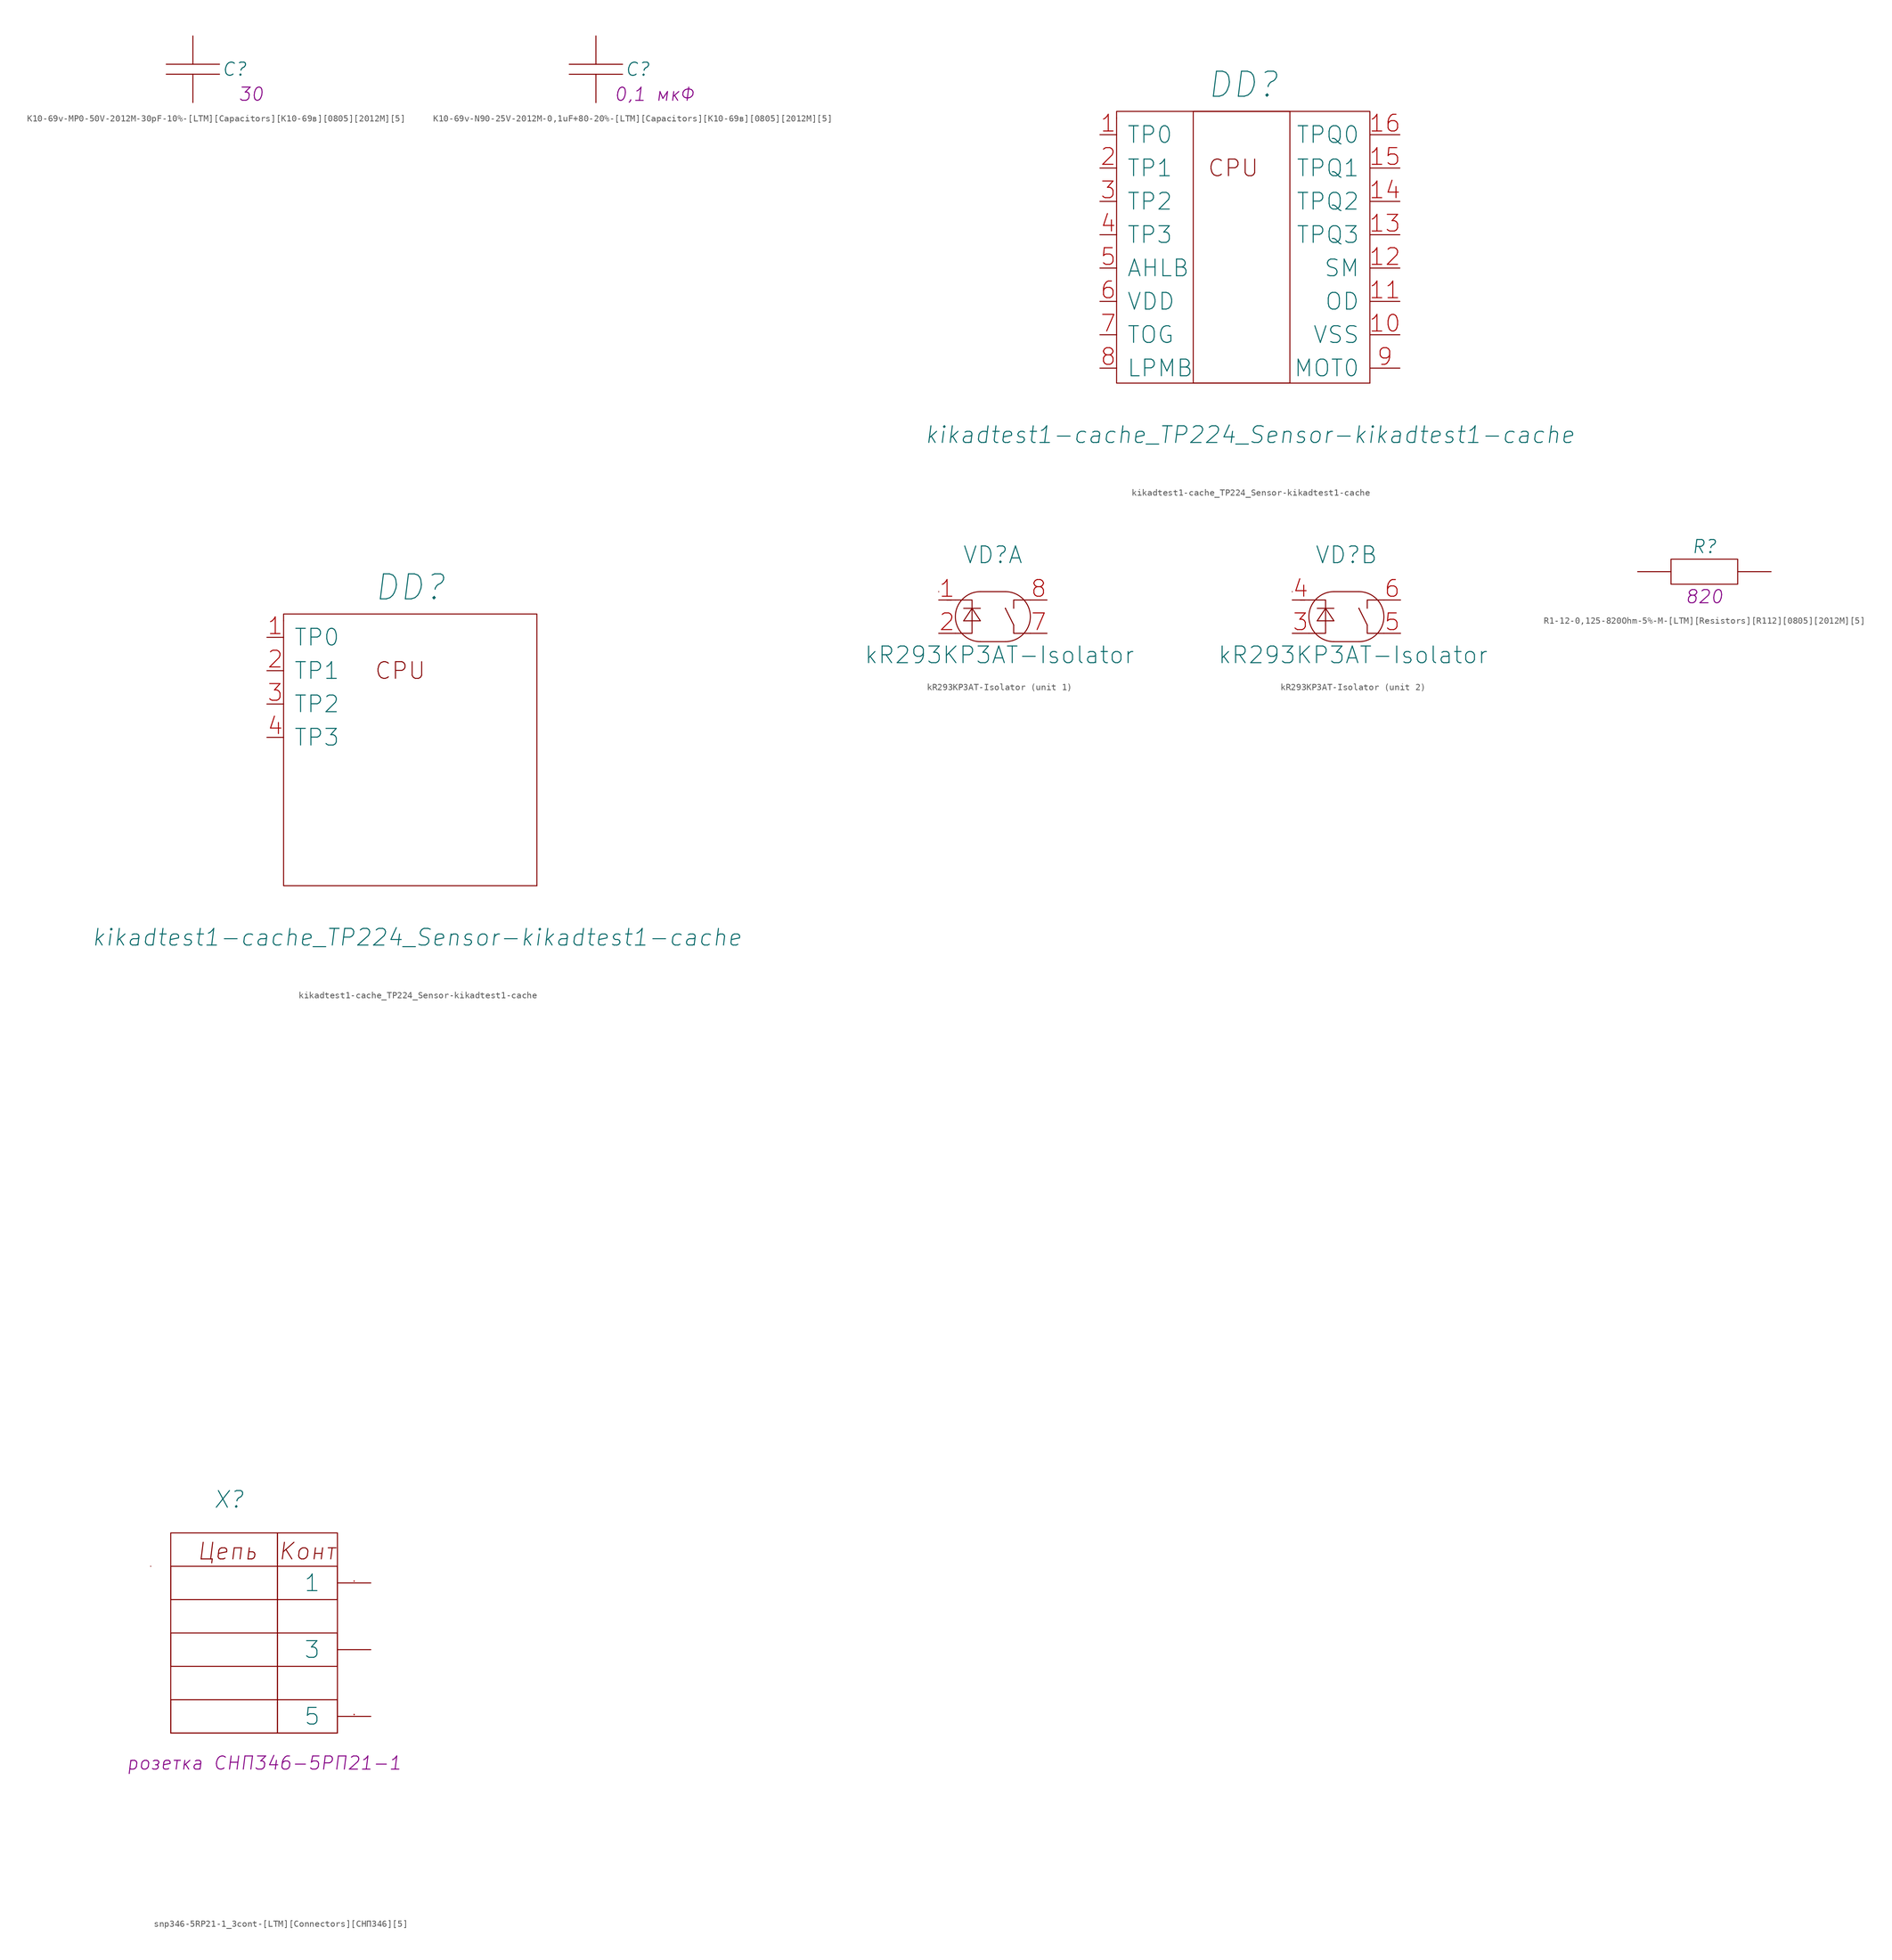
<source format=kicad_sym>
(kicad_symbol_lib
  (version 20210619)
  (generator kicad_symbol_editor)
  (symbol "K10-69v-MP0-50V-2012M-30pF-10%-[LTM][Capacitors][К10-69в][0805][2012M][5]"
    (pin_numbers hide)
    (pin_names
      (offset 0) hide)
    (property "Reference" "C"
      (at 6.35 0 0)
      (effects (font (size 2.007 2.007) italic)))
    (property "ValueName" "30"
      (at 8.89 -3.81 0)
      (effects (font (size 2.007 2.007) italic)))
    (symbol "K10-69v-MP0-50V-2012M-30pF-10%-[LTM][Capacitors][К10-69в][0805][2012M][5]_0_1"
      (polyline (pts (xy -4.064 -0.762) (xy 4.064 -0.762)) (stroke (width 0)) (fill (type none)))
      (polyline (pts (xy -4.064 0.762) (xy 4.064 0.762)) (stroke (width 0)) (fill (type none))))
    (symbol "K10-69v-MP0-50V-2012M-30pF-10%-[LTM][Capacitors][К10-69в][0805][2012M][5]_1_1"
      (pin passive line (at 0 -5.08 90) (length 4.318) (name "~" (effects (font (size 2.54 2.54)))) (number "1" (effects (font (size 2.54 2.54)))))
      (pin passive line (at 0 5.08 270) (length 4.318) (name "~" (effects (font (size 2.54 2.54)))) (number "2" (effects (font (size 2.54 2.54)))))))
  (symbol "K10-69v-N90-25V-2012M-0,1uF+80-20%-[LTM][Capacitors][К10-69в][0805][2012M][5]"
    (pin_numbers hide)
    (pin_names
      (offset 0) hide)
    (property "Reference" "C"
      (at 6.35 0 0)
      (effects (font (size 2.007 2.007) italic)))
    (property "ValueName" "0,1 мкФ"
      (at 8.89 -3.81 0)
      (effects (font (size 2.007 2.007) italic)))
    (symbol "K10-69v-N90-25V-2012M-0,1uF+80-20%-[LTM][Capacitors][К10-69в][0805][2012M][5]_0_1"
      (polyline (pts (xy -4.064 -0.762) (xy 4.064 -0.762)) (stroke (width 0)) (fill (type none)))
      (polyline (pts (xy -4.064 0.762) (xy 4.064 0.762)) (stroke (width 0)) (fill (type none))))
    (symbol "K10-69v-N90-25V-2012M-0,1uF+80-20%-[LTM][Capacitors][К10-69в][0805][2012M][5]_1_1"
      (pin passive line (at 0 -5.08 90) (length 4.318) (name "~" (effects (font (size 2.54 2.54)))) (number "1" (effects (font (size 2.54 2.54)))))
      (pin passive line (at 0 5.08 270) (length 4.318) (name "~" (effects (font (size 2.54 2.54)))) (number "2" (effects (font (size 2.54 2.54)))))))
  (symbol "kikadtest1-cache_TP224_Sensor-kikadtest1-cache"
    (pin_names
      (offset 1.524))
    (property "Reference" "DD"
      (at 21.844 7.62 0)
      (effects (font (size 3.81 3.81) italic)))
    (property "Value" "kikadtest1-cache_TP224_Sensor-kikadtest1-cache"
      (at 22.86 -45.72 0)
      (effects (font (size 2.54 2.54) italic)))
    (symbol "kikadtest1-cache_TP224_Sensor-kikadtest1-cache_0_0"
      (text "CPU" (at 20.32 -5.08 0) (effects (font (size 2.54 2.54))))
      (rectangle (start 2.54 2.54) (end 2.54 2.54) (stroke (width 0)) (fill (type none)))
      (rectangle (start 2.54 3.556) (end 41.148 -37.846) (stroke (width 0)) (fill (type none)))
      (rectangle (start 41.148 -37.846) (end 41.148 -37.846) (stroke (width 0)) (fill (type none)))
      (rectangle (start 41.148 -37.846) (end 41.148 -37.846) (stroke (width 0)) (fill (type none))))
    (symbol "kikadtest1-cache_TP224_Sensor-kikadtest1-cache_0_1"
      (rectangle (start 14.224 -37.846) (end 28.956 3.556) (stroke (width 0)) (fill (type none)))
      (pin input line (at 45.72 -30.48 180) (length 4.572) (name "VSS" (effects (font (size 2.54 2.54)))) (number "10" (effects (font (size 2.54 2.54)))))
      (pin input line (at 45.72 -25.4 180) (length 4.572) (name "OD" (effects (font (size 2.54 2.54)))) (number "11" (effects (font (size 2.54 2.54)))))
      (pin input line (at 45.72 -20.32 180) (length 4.572) (name "SM" (effects (font (size 2.54 2.54)))) (number "12" (effects (font (size 2.54 2.54)))))
      (pin input line (at 45.72 -15.24 180) (length 4.572) (name "TPQ3" (effects (font (size 2.54 2.54)))) (number "13" (effects (font (size 2.54 2.54)))))
      (pin input line (at 45.72 -10.16 180) (length 4.572) (name "TPQ2" (effects (font (size 2.54 2.54)))) (number "14" (effects (font (size 2.54 2.54)))))
      (pin input line (at 45.72 -5.08 180) (length 4.572) (name "TPQ1" (effects (font (size 2.54 2.54)))) (number "15" (effects (font (size 2.54 2.54)))))
      (pin input line (at 45.72 0 180) (length 4.572) (name "TPQ0" (effects (font (size 2.54 2.54)))) (number "16" (effects (font (size 2.54 2.54)))))
      (pin input line (at 0 -5.08 0) (length 2.54) (name "TP1" (effects (font (size 2.54 2.54)))) (number "2" (effects (font (size 2.54 2.54)))))
      (pin input line (at 0 -10.16 0) (length 2.54) (name "TP2" (effects (font (size 2.54 2.54)))) (number "3" (effects (font (size 2.54 2.54)))))
      (pin input line (at 0 -15.24 0) (length 2.54) (name "TP3" (effects (font (size 2.54 2.54)))) (number "4" (effects (font (size 2.54 2.54)))))
      (pin input line (at 0 -20.32 0) (length 2.54) (name "AHLB" (effects (font (size 2.54 2.54)))) (number "5" (effects (font (size 2.54 2.54)))))
      (pin input line (at 0 -25.4 0) (length 2.54) (name "VDD" (effects (font (size 2.54 2.54)))) (number "6" (effects (font (size 2.54 2.54)))))
      (pin input line (at 0 -30.48 0) (length 2.54) (name "TOG" (effects (font (size 2.54 2.54)))) (number "7" (effects (font (size 2.54 2.54)))))
      (pin input line (at 0 -35.56 0) (length 2.54) (name "LPMB" (effects (font (size 2.54 2.54)))) (number "8" (effects (font (size 2.54 2.54)))))
      (pin input line (at 45.72 -35.56 180) (length 4.572) (name "MOT0" (effects (font (size 2.54 2.54)))) (number "9" (effects (font (size 2.54 2.54))))))
    (symbol "kikadtest1-cache_TP224_Sensor-kikadtest1-cache_0_2"
      (pin input line (at 0 -5.08 0) (length 2.54) (name "TP1" (effects (font (size 2.54 2.54)))) (number "2" (effects (font (size 2.54 2.54)))))
      (pin input line (at 0 -10.16 0) (length 2.54) (name "TP2" (effects (font (size 2.54 2.54)))) (number "3" (effects (font (size 2.54 2.54)))))
      (pin input line (at 0 -15.24 0) (length 2.54) (name "TP3" (effects (font (size 2.54 2.54)))) (number "4" (effects (font (size 2.54 2.54))))))
    (symbol "kikadtest1-cache_TP224_Sensor-kikadtest1-cache_1_1"
      (pin input line (at 0 0 0) (length 2.54) (name "TP0" (effects (font (size 2.54 2.54)))) (number "1" (effects (font (size 2.54 2.54))))))
    (symbol "kikadtest1-cache_TP224_Sensor-kikadtest1-cache_1_2"
      (pin input line (at 0 0 0) (length 2.54) (name "TP0" (effects (font (size 2.54 2.54)))) (number "1" (effects (font (size 2.54 2.54)))))))
  (symbol "kR293KP3AT-Isolator"
    (pin_names
      (offset 1.016))
    (property "Reference" "VD"
      (at 8.255 6.858 0)
      (effects (font (size 2.54 2.54))))
    (property "Value" "kR293KP3AT-Isolator"
      (at 9.271 -8.382 0)
      (effects (font (size 2.54 2.54))))
    (symbol "kR293KP3AT-Isolator_0_1"
      (arc (start 6.35 1.27) (end 6.35 -6.35) (radius (at 6.35 -2.54) (length 3.81) (angles 90.1 -90.1)) (stroke (width 0)) (fill (type none)))
      (arc (start 10.16 -6.35) (end 10.16 1.27) (radius (at 10.16 -2.54) (length 3.81) (angles -89.9 89.9)) (stroke (width 0)) (fill (type none)))
      (polyline (pts (xy 0 1.27) (xy 0 1.27)) (stroke (width 0)) (fill (type none)))
      (polyline (pts (xy 1.27 0) (xy 1.27 0)) (stroke (width 0)) (fill (type none)))
      (polyline (pts (xy 1.27 0) (xy 1.27 0)) (stroke (width 0)) (fill (type none)))
      (polyline (pts (xy 1.905 0) (xy 1.27 0)) (stroke (width 0)) (fill (type none)))
      (polyline (pts (xy 1.905 0) (xy 1.905 0)) (stroke (width 0)) (fill (type none)))
      (polyline (pts (xy 1.905 0) (xy 1.905 0)) (stroke (width 0)) (fill (type none)))
      (polyline (pts (xy 3.81 -3.175) (xy 3.81 -3.175)) (stroke (width 0)) (fill (type none)))
      (polyline (pts (xy 3.81 -1.27) (xy 6.35 -1.27)) (stroke (width 0)) (fill (type none)))
      (polyline (pts (xy 5.08 -1.27) (xy 3.81 -3.175)) (stroke (width 0)) (fill (type none)))
      (polyline (pts (xy 5.08 -1.27) (xy 5.08 -3.81)) (stroke (width 0)) (fill (type none)))
      (polyline (pts (xy 5.08 -1.27) (xy 5.08 -1.27)) (stroke (width 0)) (fill (type none)))
      (polyline (pts (xy 6.35 -6.35) (xy 6.35 -6.35)) (stroke (width 0)) (fill (type none)))
      (polyline (pts (xy 6.35 -6.35) (xy 10.16 -6.35)) (stroke (width 0)) (fill (type none)))
      (polyline (pts (xy 6.35 -3.175) (xy 3.81 -3.175)) (stroke (width 0)) (fill (type none)))
      (polyline (pts (xy 6.35 -3.175) (xy 5.08 -1.27)) (stroke (width 0)) (fill (type none)))
      (polyline (pts (xy 10.16 -1.27) (xy 10.16 -1.27)) (stroke (width 0)) (fill (type none)))
      (polyline (pts (xy 10.16 -1.27) (xy 10.16 -1.27)) (stroke (width 0)) (fill (type none)))
      (polyline (pts (xy 10.16 -1.27) (xy 10.16 -1.27)) (stroke (width 0)) (fill (type none)))
      (polyline (pts (xy 10.16 -1.27) (xy 10.16 -1.27)) (stroke (width 0)) (fill (type none)))
      (polyline (pts (xy 10.16 -1.27) (xy 10.16 -1.27)) (stroke (width 0)) (fill (type none)))
      (polyline (pts (xy 10.16 -1.27) (xy 10.16 -1.27)) (stroke (width 0)) (fill (type none)))
      (polyline (pts (xy 10.16 1.27) (xy 6.35 1.27)) (stroke (width 0)) (fill (type none)))
      (polyline (pts (xy 11.43 -3.81) (xy 10.16 -1.27)) (stroke (width 0)) (fill (type none)))
      (polyline (pts (xy 2.54 -5.08) (xy 5.08 -5.08) (xy 5.08 -3.81)) (stroke (width 0)) (fill (type none)))
      (polyline (pts (xy 2.54 0) (xy 5.08 0) (xy 5.08 -1.27)) (stroke (width 0)) (fill (type none)))
      (polyline (pts (xy 13.97 -5.08) (xy 11.43 -5.08) (xy 11.43 -3.81)) (stroke (width 0)) (fill (type none)))
      (polyline (pts (xy 13.97 0) (xy 11.43 0) (xy 11.43 -1.27)) (stroke (width 0)) (fill (type none))))
    (symbol "kR293KP3AT-Isolator_1_1"
      (pin input line (at 0 0 0) (length 2.54) (name "~" (effects (font (size 2.54 2.54)))) (number "1" (effects (font (size 2.54 2.54)))))
      (pin input line (at 0 -5.08 0) (length 2.54) (name "~" (effects (font (size 2.54 2.54)))) (number "2" (effects (font (size 2.54 2.54)))))
      (pin input line (at 16.51 -5.08 180) (length 2.54) (name "~" (effects (font (size 2.54 2.54)))) (number "7" (effects (font (size 2.54 2.54)))))
      (pin input line (at 16.51 0 180) (length 2.54) (name "~" (effects (font (size 2.54 2.54)))) (number "8" (effects (font (size 2.54 2.54))))))
    (symbol "kR293KP3AT-Isolator_2_1"
      (pin input line (at 0 -5.08 0) (length 2.54) (name "~" (effects (font (size 2.54 2.54)))) (number "3" (effects (font (size 2.54 2.54)))))
      (pin input line (at 0 0 0) (length 2.54) (name "~" (effects (font (size 2.54 2.54)))) (number "4" (effects (font (size 2.54 2.54)))))
      (pin input line (at 16.51 -5.08 180) (length 2.54) (name "~" (effects (font (size 2.54 2.54)))) (number "5" (effects (font (size 2.54 2.54)))))
      (pin input line (at 16.51 0 180) (length 2.54) (name "~" (effects (font (size 2.54 2.54)))) (number "6" (effects (font (size 2.54 2.54)))))))
  (symbol "R1-12-0,125-820Ohm-5%-M-[LTM][Resistors][R112][0805][2012M][5]"
    (pin_numbers hide)
    (pin_names
      (offset 0) hide)
    (property "Reference" "R"
      (at 0 3.81 0)
      (effects (font (size 2.007 2.007) italic)))
    (property "ValueName" "820"
      (at 0 -3.81 0)
      (effects (font (size 2.007 2.007) italic)))
    (symbol "R1-12-0,125-820Ohm-5%-M-[LTM][Resistors][R112][0805][2012M][5]_0_1"
      (rectangle (start -5.08 1.905) (end 5.08 -1.905) (stroke (width 0)) (fill (type none))))
    (symbol "R1-12-0,125-820Ohm-5%-M-[LTM][Resistors][R112][0805][2012M][5]_1_1"
      (pin passive line (at -10.16 0 0) (length 5.08) (name "~" (effects (font (size 2.54 2.54)))) (number "1" (effects (font (size 2.54 2.54)))))
      (pin passive line (at 10.16 0 180) (length 5.08) (name "~" (effects (font (size 2.54 2.54)))) (number "2" (effects (font (size 2.54 2.54)))))))
  (symbol "snp346-5RP21-1_3cont-[LTM][Connectors][СНП346][5]"
    (pin_names
      (offset 2.54))
    (property "Reference" "X"
      (at -21.59 12.7 0)
      (effects (font (size 2.54 2.54) italic)))
    (property "ValueName" "розетка СНП346-5PП21-1"
      (at -16.256 -27.432 0)
      (effects (font (size 2.007 2.007) italic)))
    (property "PIN1" "  "
      (at -3.81 1.524 0)
      (effects (font (size 2.007 2.007) italic)))
    (property "PIN2" "   "
      (at -41.91 0 0)
      (effects (font (size 2.007 2.007) italic)))
    (property "PIN3" " "
      (at -41.91 -5.08 0)
      (effects (font (size 2.007 2.007) italic)))
    (property "PIN4" "  "
      (at -44.45 71.12 0)
      (effects (font (size 2.007 2.007) italic)))
    (property "PIN5" " "
      (at -44.45 66.04 0)
      (effects (font (size 2.007 2.007) italic)))
    (symbol "snp346-5RP21-1_3cont-[LTM][Connectors][СНП346][5]_0_0"
      (pin passive line (at 0 0 180) (length 5.08) (name "1" (effects (font (size 2.54 2.54)))) (number "1" (effects (font (size 0.025 0.025)))))
      (pin passive line (at 0 -10.16 180) (length 5.08) (name "3" (effects (font (size 2.54 2.54)))) (number "3" (effects (font (size 0 0)))))
      (pin passive line (at 0 -20.32 180) (length 5.08) (name "5" (effects (font (size 2.54 2.54)))) (number "5" (effects (font (size 0.025 0.025))))))
    (symbol "snp346-5RP21-1_3cont-[LTM][Connectors][СНП346][5]_1_1"
      (text " " (at 14.986 -16.51 0) (effects (font (size 2.007 2.007) italic)))
      (text " " (at 14.986 -11.43 0) (effects (font (size 2.007 2.007) italic)))
      (text " " (at 14.986 -6.35 0) (effects (font (size 2.007 2.007) italic)))
      (text " " (at 14.986 -1.27 0) (effects (font (size 2.007 2.007) italic)))
      (text " " (at 14.986 13.97 0) (effects (font (size 2.007 2.007) italic)))
      (text " " (at 17.526 -38.1 0) (effects (font (size 2.007 2.007) italic)))
      (text " " (at 17.526 -33.02 0) (effects (font (size 2.007 2.007) italic)))
      (text " " (at 17.526 -27.94 0) (effects (font (size 2.007 2.007) italic)))
      (text "Конт" (at -9.652 4.826 0) (effects (font (size 2.54 2.54) italic)))
      (text "Цепь" (at -21.844 4.826 0) (effects (font (size 2.54 2.54) italic)))
      (rectangle (start -33.528 2.54) (end -33.528 2.54) (stroke (width 0)) (fill (type none)))
      (rectangle (start -30.48 2.54) (end -5.08 -2.54) (stroke (width 0)) (fill (type none)))
      (rectangle (start -14.224 7.62) (end -30.48 -22.86) (stroke (width 0)) (fill (type none)))
      (rectangle (start -5.08 -17.78) (end -30.48 -22.86) (stroke (width 0)) (fill (type none)))
      (rectangle (start -5.08 -7.62) (end -30.48 -12.7) (stroke (width 0)) (fill (type none)))
      (rectangle (start -5.08 7.62) (end -14.224 -22.86) (stroke (width 0)) (fill (type none))))))
</source>
